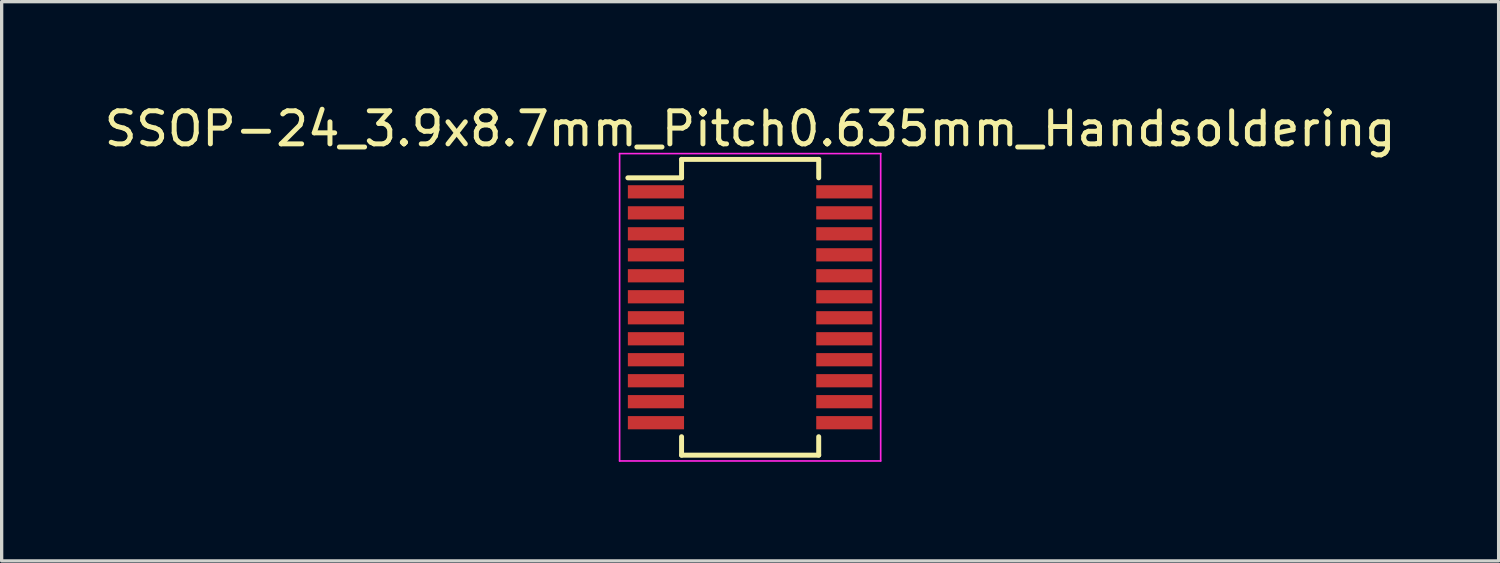
<source format=kicad_pcb>
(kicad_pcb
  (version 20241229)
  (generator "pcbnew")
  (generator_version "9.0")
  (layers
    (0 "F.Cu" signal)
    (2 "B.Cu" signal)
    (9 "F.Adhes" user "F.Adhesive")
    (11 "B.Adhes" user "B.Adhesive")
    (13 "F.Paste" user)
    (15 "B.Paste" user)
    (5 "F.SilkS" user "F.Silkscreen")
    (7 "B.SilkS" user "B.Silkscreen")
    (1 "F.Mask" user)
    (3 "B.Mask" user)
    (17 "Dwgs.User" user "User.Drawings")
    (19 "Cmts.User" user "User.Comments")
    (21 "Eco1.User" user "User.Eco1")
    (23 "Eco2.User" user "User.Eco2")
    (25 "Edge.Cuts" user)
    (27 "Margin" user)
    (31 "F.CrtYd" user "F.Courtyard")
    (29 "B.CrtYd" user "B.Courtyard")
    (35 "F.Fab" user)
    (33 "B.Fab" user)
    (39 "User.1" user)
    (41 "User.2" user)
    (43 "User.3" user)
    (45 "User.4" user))
  (footprint "SSOP-24_3.9x8.7mm_Pitch0.635mm_Handsoldering"
    (layer "F.Cu")
    (at 19.649 6.248)
    (property "Reference" "SSOP-24_3.9x8.7mm_Pitch0.635mm_Handsoldering" (at 0 -5.4 0) (layer "F.SilkS") (effects (font (size 1 1) (thickness 0.15))))
    (attr smd)
    (fp_line (start -2.075 -4.475) (end -2.075 -3.917) (stroke (width 0.15) (type solid)) (layer "F.SilkS"))
    (fp_line (start -2.075 -4.475) (end 2.075 -4.475) (stroke (width 0.15) (type solid)) (layer "F.SilkS"))
    (fp_line (start -2.075 -3.917) (end -3.7 -3.917) (stroke (width 0.15) (type solid)) (layer "F.SilkS"))
    (fp_line (start -2.075 4.475) (end -2.075 3.917) (stroke (width 0.15) (type solid)) (layer "F.SilkS"))
    (fp_line (start -2.075 4.475) (end 2.075 4.475) (stroke (width 0.15) (type solid)) (layer "F.SilkS"))
    (fp_line (start 2.075 -4.475) (end 2.075 -3.917) (stroke (width 0.15) (type solid)) (layer "F.SilkS"))
    (fp_line (start 2.075 4.475) (end 2.075 3.917) (stroke (width 0.15) (type solid)) (layer "F.SilkS"))
    (fp_line (start -3.95 -4.65) (end -3.95 4.65) (stroke (width 0.05) (type solid)) (layer "F.CrtYd"))
    (fp_line (start -3.95 -4.65) (end 3.95 -4.65) (stroke (width 0.05) (type solid)) (layer "F.CrtYd"))
    (fp_line (start -3.95 4.65) (end 3.95 4.65) (stroke (width 0.05) (type solid)) (layer "F.CrtYd"))
    (fp_line (start 3.95 -4.65) (end 3.95 4.65) (stroke (width 0.05) (type solid)) (layer "F.CrtYd"))
    (pad "1" smd rect (at -2.85 -3.493) (size 1.7 0.4) (layers "F.Cu" "F.Mask" "F.Paste"))
    (pad "2" smd rect (at -2.85 -2.857) (size 1.7 0.4) (layers "F.Cu" "F.Mask" "F.Paste"))
    (pad "3" smd rect (at -2.85 -2.223) (size 1.7 0.4) (layers "F.Cu" "F.Mask" "F.Paste"))
    (pad "4" smd rect (at -2.85 -1.587) (size 1.7 0.4) (layers "F.Cu" "F.Mask" "F.Paste"))
    (pad "5" smd rect (at -2.85 -0.953) (size 1.7 0.4) (layers "F.Cu" "F.Mask" "F.Paste"))
    (pad "6" smd rect (at -2.85 -0.318) (size 1.7 0.4) (layers "F.Cu" "F.Mask" "F.Paste"))
    (pad "7" smd rect (at -2.85 0.318) (size 1.7 0.4) (layers "F.Cu" "F.Mask" "F.Paste"))
    (pad "8" smd rect (at -2.85 0.953) (size 1.7 0.4) (layers "F.Cu" "F.Mask" "F.Paste"))
    (pad "9" smd rect (at -2.85 1.587) (size 1.7 0.4) (layers "F.Cu" "F.Mask" "F.Paste"))
    (pad "10" smd rect (at -2.85 2.223) (size 1.7 0.4) (layers "F.Cu" "F.Mask" "F.Paste"))
    (pad "11" smd rect (at -2.85 2.857) (size 1.7 0.4) (layers "F.Cu" "F.Mask" "F.Paste"))
    (pad "12" smd rect (at -2.85 3.493) (size 1.7 0.4) (layers "F.Cu" "F.Mask" "F.Paste"))
    (pad "13" smd rect (at 2.85 3.493) (size 1.7 0.4) (layers "F.Cu" "F.Mask" "F.Paste"))
    (pad "14" smd rect (at 2.85 2.857) (size 1.7 0.4) (layers "F.Cu" "F.Mask" "F.Paste"))
    (pad "15" smd rect (at 2.85 2.223) (size 1.7 0.4) (layers "F.Cu" "F.Mask" "F.Paste"))
    (pad "16" smd rect (at 2.85 1.587) (size 1.7 0.4) (layers "F.Cu" "F.Mask" "F.Paste"))
    (pad "17" smd rect (at 2.85 0.953) (size 1.7 0.4) (layers "F.Cu" "F.Mask" "F.Paste"))
    (pad "18" smd rect (at 2.85 0.318) (size 1.7 0.4) (layers "F.Cu" "F.Mask" "F.Paste"))
    (pad "19" smd rect (at 2.85 -0.318) (size 1.7 0.4) (layers "F.Cu" "F.Mask" "F.Paste"))
    (pad "20" smd rect (at 2.85 -0.953) (size 1.7 0.4) (layers "F.Cu" "F.Mask" "F.Paste"))
    (pad "21" smd rect (at 2.85 -1.587) (size 1.7 0.4) (layers "F.Cu" "F.Mask" "F.Paste"))
    (pad "22" smd rect (at 2.85 -2.223) (size 1.7 0.4) (layers "F.Cu" "F.Mask" "F.Paste"))
    (pad "23" smd rect (at 2.85 -2.857) (size 1.7 0.4) (layers "F.Cu" "F.Mask" "F.Paste"))
    (pad "24" smd rect (at 2.85 -3.493) (size 1.7 0.4) (layers "F.Cu" "F.Mask" "F.Paste")))
  (gr_rect
    (start -3 -3)
    (end 42.298 13.923)
    (stroke (width 0.1) (type default))
    (fill no)
    (layer "Edge.Cuts")))
</source>
